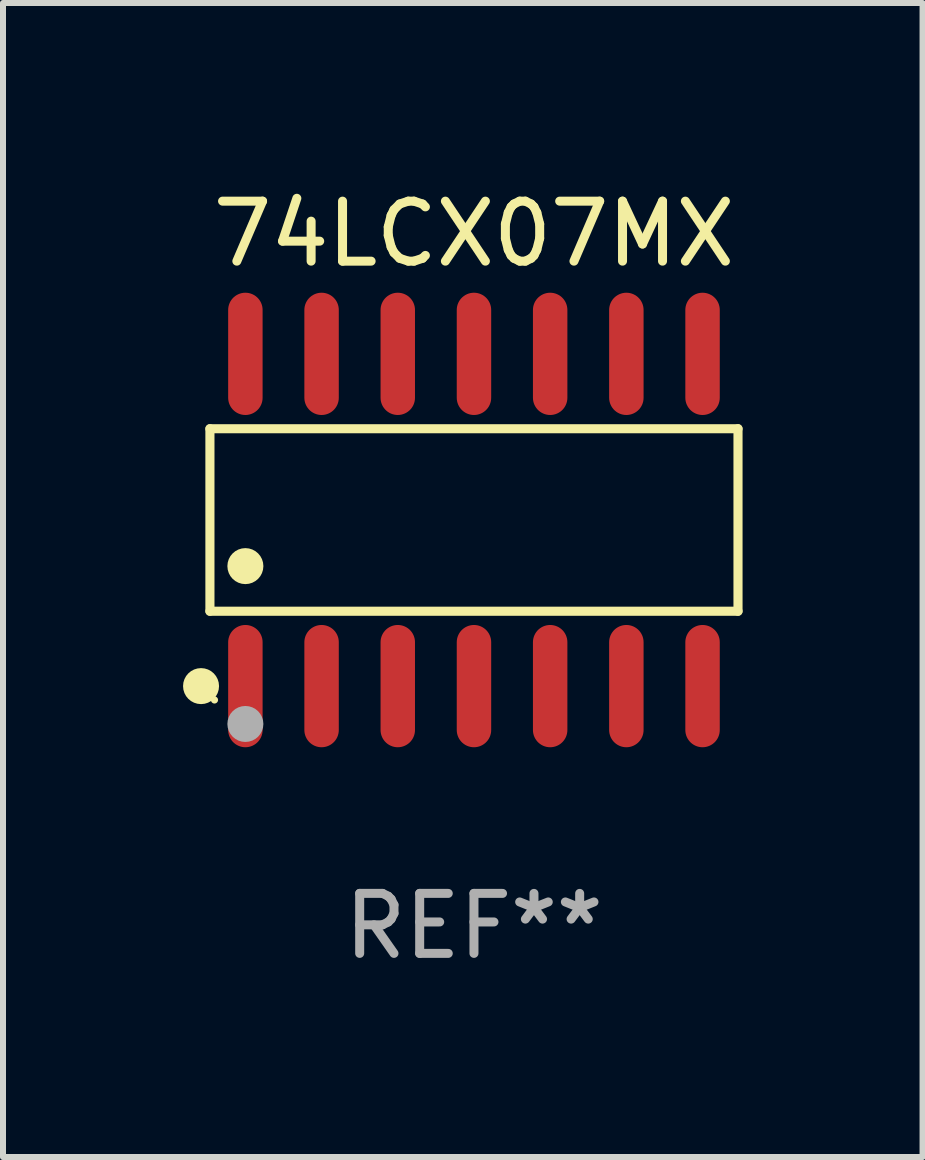
<source format=kicad_pcb>
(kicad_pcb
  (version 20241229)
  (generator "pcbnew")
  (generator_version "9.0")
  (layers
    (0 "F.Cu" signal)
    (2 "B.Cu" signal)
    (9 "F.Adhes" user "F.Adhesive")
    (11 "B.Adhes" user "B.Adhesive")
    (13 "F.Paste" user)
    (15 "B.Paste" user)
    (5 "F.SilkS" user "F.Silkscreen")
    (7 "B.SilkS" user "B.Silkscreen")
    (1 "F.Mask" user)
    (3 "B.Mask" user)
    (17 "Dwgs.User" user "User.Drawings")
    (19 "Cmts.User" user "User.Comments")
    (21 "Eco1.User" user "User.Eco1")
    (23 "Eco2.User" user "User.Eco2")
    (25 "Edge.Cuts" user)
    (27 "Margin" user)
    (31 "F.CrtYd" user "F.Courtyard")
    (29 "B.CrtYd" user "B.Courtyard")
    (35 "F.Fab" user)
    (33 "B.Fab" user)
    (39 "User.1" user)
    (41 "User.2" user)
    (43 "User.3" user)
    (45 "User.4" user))
  (footprint "74LCX07MX"
    (layer "F.Cu")
    (at 4.85 5.617)
    (property "Reference" "74LCX07MX" (at 0 -4.769 0) (layer "F.SilkS") (effects (font (size 1 1) (thickness 0.15))))
    (attr through_hole)
    (fp_line (start -4.401 -1.521) (end 4.401 -1.521) (stroke (width 0.152) (type solid)) (layer "F.SilkS"))
    (fp_line (start -4.401 1.521) (end -4.401 -1.521) (stroke (width 0.152) (type solid)) (layer "F.SilkS"))
    (fp_line (start 4.401 -1.521) (end 4.401 1.521) (stroke (width 0.152) (type solid)) (layer "F.SilkS"))
    (fp_line (start 4.401 1.521) (end -4.401 1.521) (stroke (width 0.152) (type solid)) (layer "F.SilkS"))
    (fp_circle (center -4.549 2.769) (end -4.399 2.769) (stroke (width 0.3) (type solid)) (fill no) (layer "F.SilkS"))
    (fp_circle (center -4.325 3) (end -4.295 3) (stroke (width 0.06) (type solid)) (fill no) (layer "F.SilkS"))
    (fp_circle (center -3.81 0.769) (end -3.66 0.769) (stroke (width 0.3) (type solid)) (fill no) (layer "F.SilkS"))
    (fp_circle (center -3.81 3.4) (end -3.66 3.4) (stroke (width 0.3) (type solid)) (fill no) (layer "F.Fab"))
    (fp_text user "REF**" (at 0 6.769 0) (layer "F.Fab") (effects (font (size 1 1) (thickness 0.15))))
    (pad "1" smd oval (at -3.81 2.769) (size 0.574 2.038) (layers "F.Cu" "F.Mask" "F.Paste"))
    (pad "2" smd oval (at -2.54 2.769) (size 0.574 2.038) (layers "F.Cu" "F.Mask" "F.Paste"))
    (pad "3" smd oval (at -1.27 2.769) (size 0.574 2.038) (layers "F.Cu" "F.Mask" "F.Paste"))
    (pad "4" smd oval (at 0 2.769) (size 0.574 2.038) (layers "F.Cu" "F.Mask" "F.Paste"))
    (pad "5" smd oval (at 1.27 2.769) (size 0.574 2.038) (layers "F.Cu" "F.Mask" "F.Paste"))
    (pad "6" smd oval (at 2.54 2.769) (size 0.574 2.038) (layers "F.Cu" "F.Mask" "F.Paste"))
    (pad "7" smd oval (at 3.81 2.769) (size 0.574 2.038) (layers "F.Cu" "F.Mask" "F.Paste"))
    (pad "8" smd oval (at 3.81 -2.769) (size 0.574 2.038) (layers "F.Cu" "F.Mask" "F.Paste"))
    (pad "9" smd oval (at 2.54 -2.769) (size 0.574 2.038) (layers "F.Cu" "F.Mask" "F.Paste"))
    (pad "10" smd oval (at 1.27 -2.769) (size 0.574 2.038) (layers "F.Cu" "F.Mask" "F.Paste"))
    (pad "11" smd oval (at 0 -2.769) (size 0.574 2.038) (layers "F.Cu" "F.Mask" "F.Paste"))
    (pad "12" smd oval (at -1.27 -2.769) (size 0.574 2.038) (layers "F.Cu" "F.Mask" "F.Paste"))
    (pad "13" smd oval (at -2.54 -2.769) (size 0.574 2.038) (layers "F.Cu" "F.Mask" "F.Paste"))
    (pad "14" smd oval (at -3.81 -2.769) (size 0.574 2.038) (layers "F.Cu" "F.Mask" "F.Paste")))
  (gr_rect
    (start -3 -3)
    (end 12.327 16.235)
    (stroke (width 0.1) (type default))
    (fill no)
    (layer "Edge.Cuts")))
</source>
